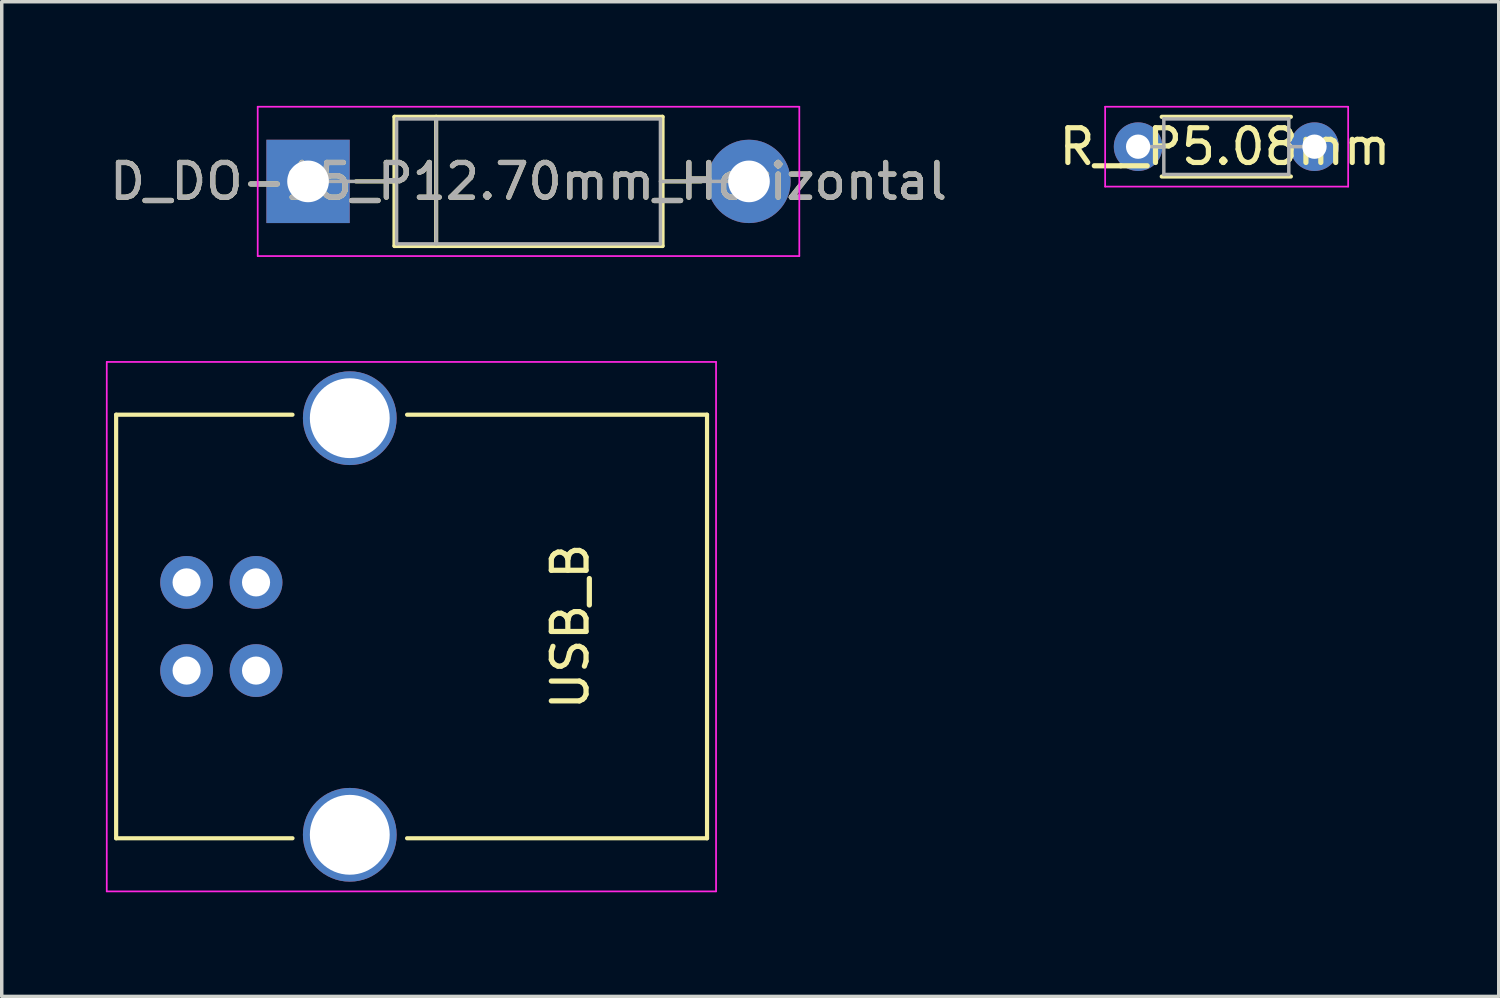
<source format=kicad_pcb>
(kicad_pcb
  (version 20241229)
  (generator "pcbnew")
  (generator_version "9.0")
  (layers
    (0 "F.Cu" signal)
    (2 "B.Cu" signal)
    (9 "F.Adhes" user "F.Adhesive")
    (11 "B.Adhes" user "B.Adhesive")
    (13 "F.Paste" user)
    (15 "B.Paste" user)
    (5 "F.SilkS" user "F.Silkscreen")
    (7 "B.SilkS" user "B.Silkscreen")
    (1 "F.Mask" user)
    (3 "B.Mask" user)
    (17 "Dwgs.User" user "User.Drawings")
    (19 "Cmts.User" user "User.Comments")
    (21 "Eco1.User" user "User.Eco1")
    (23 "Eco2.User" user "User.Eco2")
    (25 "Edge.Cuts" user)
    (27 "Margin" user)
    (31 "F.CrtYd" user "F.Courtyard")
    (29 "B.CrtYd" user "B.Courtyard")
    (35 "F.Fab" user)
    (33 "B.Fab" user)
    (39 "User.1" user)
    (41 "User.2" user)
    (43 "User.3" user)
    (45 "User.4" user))
  (footprint "USB_B"
    (layer "F.Cu")
    (at 2.325 13.725)
    (property "Reference" "USB_B" (at 11.05 1.27 90) (layer "F.SilkS") (effects (font (size 1 1) (thickness 0.15))))
    (attr through_hole)
    (fp_line (start -2.03 -4.83) (end 3.05 -4.83) (stroke (width 0.12) (type solid)) (layer "F.SilkS"))
    (fp_line (start -2.03 7.37) (end -2.03 -4.83) (stroke (width 0.12) (type solid)) (layer "F.SilkS"))
    (fp_line (start -2.03 7.37) (end 3.05 7.37) (stroke (width 0.12) (type solid)) (layer "F.SilkS"))
    (fp_line (start 6.35 -4.83) (end 14.99 -4.83) (stroke (width 0.12) (type solid)) (layer "F.SilkS"))
    (fp_line (start 6.35 7.37) (end 14.99 7.37) (stroke (width 0.12) (type solid)) (layer "F.SilkS"))
    (fp_line (start 14.99 -4.83) (end 14.99 7.37) (stroke (width 0.12) (type solid)) (layer "F.SilkS"))
    (fp_line (start -2.3 -6.35) (end 15.25 -6.35) (stroke (width 0.05) (type solid)) (layer "F.CrtYd"))
    (fp_line (start -2.3 8.9) (end -2.3 -6.35) (stroke (width 0.05) (type solid)) (layer "F.CrtYd"))
    (fp_line (start 15.25 -6.35) (end 15.25 8.9) (stroke (width 0.05) (type solid)) (layer "F.CrtYd"))
    (fp_line (start 15.25 8.9) (end -2.3 8.9) (stroke (width 0.05) (type solid)) (layer "F.CrtYd"))
    (pad "1" thru_hole circle (at 0 0 270) (size 1.52 1.52) (drill 0.81) (layers "*.Cu" "*.Mask"))
    (pad "2" thru_hole circle (at 0 2.54 270) (size 1.52 1.52) (drill 0.81) (layers "*.Cu" "*.Mask"))
    (pad "3" thru_hole circle (at 2 2.54 270) (size 1.52 1.52) (drill 0.81) (layers "*.Cu" "*.Mask"))
    (pad "4" thru_hole circle (at 2 0 270) (size 1.52 1.52) (drill 0.81) (layers "*.Cu" "*.Mask"))
    (pad "5" thru_hole circle (at 4.7 -4.73 270) (size 2.7 2.7) (drill 2.3) (layers "*.Cu" "*.Mask"))
    (pad "5" thru_hole circle (at 4.7 7.27 270) (size 2.7 2.7) (drill 2.3) (layers "*.Cu" "*.Mask")))
  (footprint "D_DO-15_P12.70mm_Horizontal"
    (layer "F.Cu")
    (at 5.823 2.175)
    (property "Reference" "D_DO-15_P12.70mm_Horizontal" (at 6.35 0 0) (layer "F.SilkS") (effects (font (size 1 1) (thickness 0.15))))
    (attr through_hole)
    (fp_line (start 1.38 0) (end 2.49 0) (stroke (width 0.12) (type solid)) (layer "F.SilkS"))
    (fp_line (start 2.49 -1.86) (end 2.49 1.86) (stroke (width 0.12) (type solid)) (layer "F.SilkS"))
    (fp_line (start 2.49 1.86) (end 10.21 1.86) (stroke (width 0.12) (type solid)) (layer "F.SilkS"))
    (fp_line (start 3.69 -1.86) (end 3.69 1.86) (stroke (width 0.12) (type solid)) (layer "F.SilkS"))
    (fp_line (start 10.21 -1.86) (end 2.49 -1.86) (stroke (width 0.12) (type solid)) (layer "F.SilkS"))
    (fp_line (start 10.21 1.86) (end 10.21 -1.86) (stroke (width 0.12) (type solid)) (layer "F.SilkS"))
    (fp_line (start 11.32 0) (end 10.21 0) (stroke (width 0.12) (type solid)) (layer "F.SilkS"))
    (fp_line (start -1.45 -2.15) (end -1.45 2.15) (stroke (width 0.05) (type solid)) (layer "F.CrtYd"))
    (fp_line (start -1.45 2.15) (end 14.15 2.15) (stroke (width 0.05) (type solid)) (layer "F.CrtYd"))
    (fp_line (start 14.15 -2.15) (end -1.45 -2.15) (stroke (width 0.05) (type solid)) (layer "F.CrtYd"))
    (fp_line (start 14.15 2.15) (end 14.15 -2.15) (stroke (width 0.05) (type solid)) (layer "F.CrtYd"))
    (fp_line (start 0 0) (end 2.55 0) (stroke (width 0.1) (type solid)) (layer "F.Fab"))
    (fp_line (start 2.55 -1.8) (end 2.55 1.8) (stroke (width 0.1) (type solid)) (layer "F.Fab"))
    (fp_line (start 2.55 1.8) (end 10.15 1.8) (stroke (width 0.1) (type solid)) (layer "F.Fab"))
    (fp_line (start 3.69 -1.8) (end 3.69 1.8) (stroke (width 0.1) (type solid)) (layer "F.Fab"))
    (fp_line (start 10.15 -1.8) (end 2.55 -1.8) (stroke (width 0.1) (type solid)) (layer "F.Fab"))
    (fp_line (start 10.15 1.8) (end 10.15 -1.8) (stroke (width 0.1) (type solid)) (layer "F.Fab"))
    (fp_line (start 12.7 0) (end 10.15 0) (stroke (width 0.1) (type solid)) (layer "F.Fab"))
    (fp_text user "${REFERENCE}" (at 6.35 0 0) (layer "F.Fab") (effects (font (size 1 1) (thickness 0.15))))
    (pad "1" thru_hole rect (at 0 0) (size 2.4 2.4) (drill 1.2) (layers "*.Cu" "*.Mask"))
    (pad "2" thru_hole oval (at 12.7 0) (size 2.4 2.4) (drill 1.2) (layers "*.Cu" "*.Mask")))
  (footprint "R__P5.08mm"
    (layer "F.Cu")
    (at 32.232 1.175)
    (property "Reference" "R__P5.08mm" (at 0 0 0) (layer "F.SilkS") (effects (font (size 1 1) (thickness 0.15))))
    (attr through_hole)
    (fp_line (start -1.82 -0.86) (end 1.9 -0.86) (stroke (width 0.12) (type solid)) (layer "F.SilkS"))
    (fp_line (start -1.82 0.86) (end 1.9 0.86) (stroke (width 0.12) (type solid)) (layer "F.SilkS"))
    (fp_line (start -3.45 -1.15) (end -3.45 1.15) (stroke (width 0.05) (type solid)) (layer "F.CrtYd"))
    (fp_line (start -3.45 1.15) (end 3.55 1.15) (stroke (width 0.05) (type solid)) (layer "F.CrtYd"))
    (fp_line (start 3.55 -1.15) (end -3.45 -1.15) (stroke (width 0.05) (type solid)) (layer "F.CrtYd"))
    (fp_line (start 3.55 1.15) (end 3.55 -1.15) (stroke (width 0.05) (type solid)) (layer "F.CrtYd"))
    (fp_line (start -2.5 0) (end -1.76 0) (stroke (width 0.1) (type solid)) (layer "F.Fab"))
    (fp_line (start -1.76 -0.8) (end -1.76 0.8) (stroke (width 0.1) (type solid)) (layer "F.Fab"))
    (fp_line (start -1.76 0.8) (end 1.84 0.8) (stroke (width 0.1) (type solid)) (layer "F.Fab"))
    (fp_line (start 1.84 -0.8) (end -1.76 -0.8) (stroke (width 0.1) (type solid)) (layer "F.Fab"))
    (fp_line (start 1.84 0.8) (end 1.84 -0.8) (stroke (width 0.1) (type solid)) (layer "F.Fab"))
    (fp_line (start 2.58 0) (end 1.84 0) (stroke (width 0.1) (type solid)) (layer "F.Fab"))
    (pad "1" thru_hole circle (at -2.5 0) (size 1.4 1.4) (drill 0.7) (layers "*.Cu" "*.Mask"))
    (pad "2" thru_hole oval (at 2.58 0) (size 1.4 1.4) (drill 0.7) (layers "*.Cu" "*.Mask")))
  (gr_rect
    (start -3 -3)
    (end 40.119 25.65)
    (stroke (width 0.1) (type default))
    (fill no)
    (layer "Edge.Cuts")))
</source>
